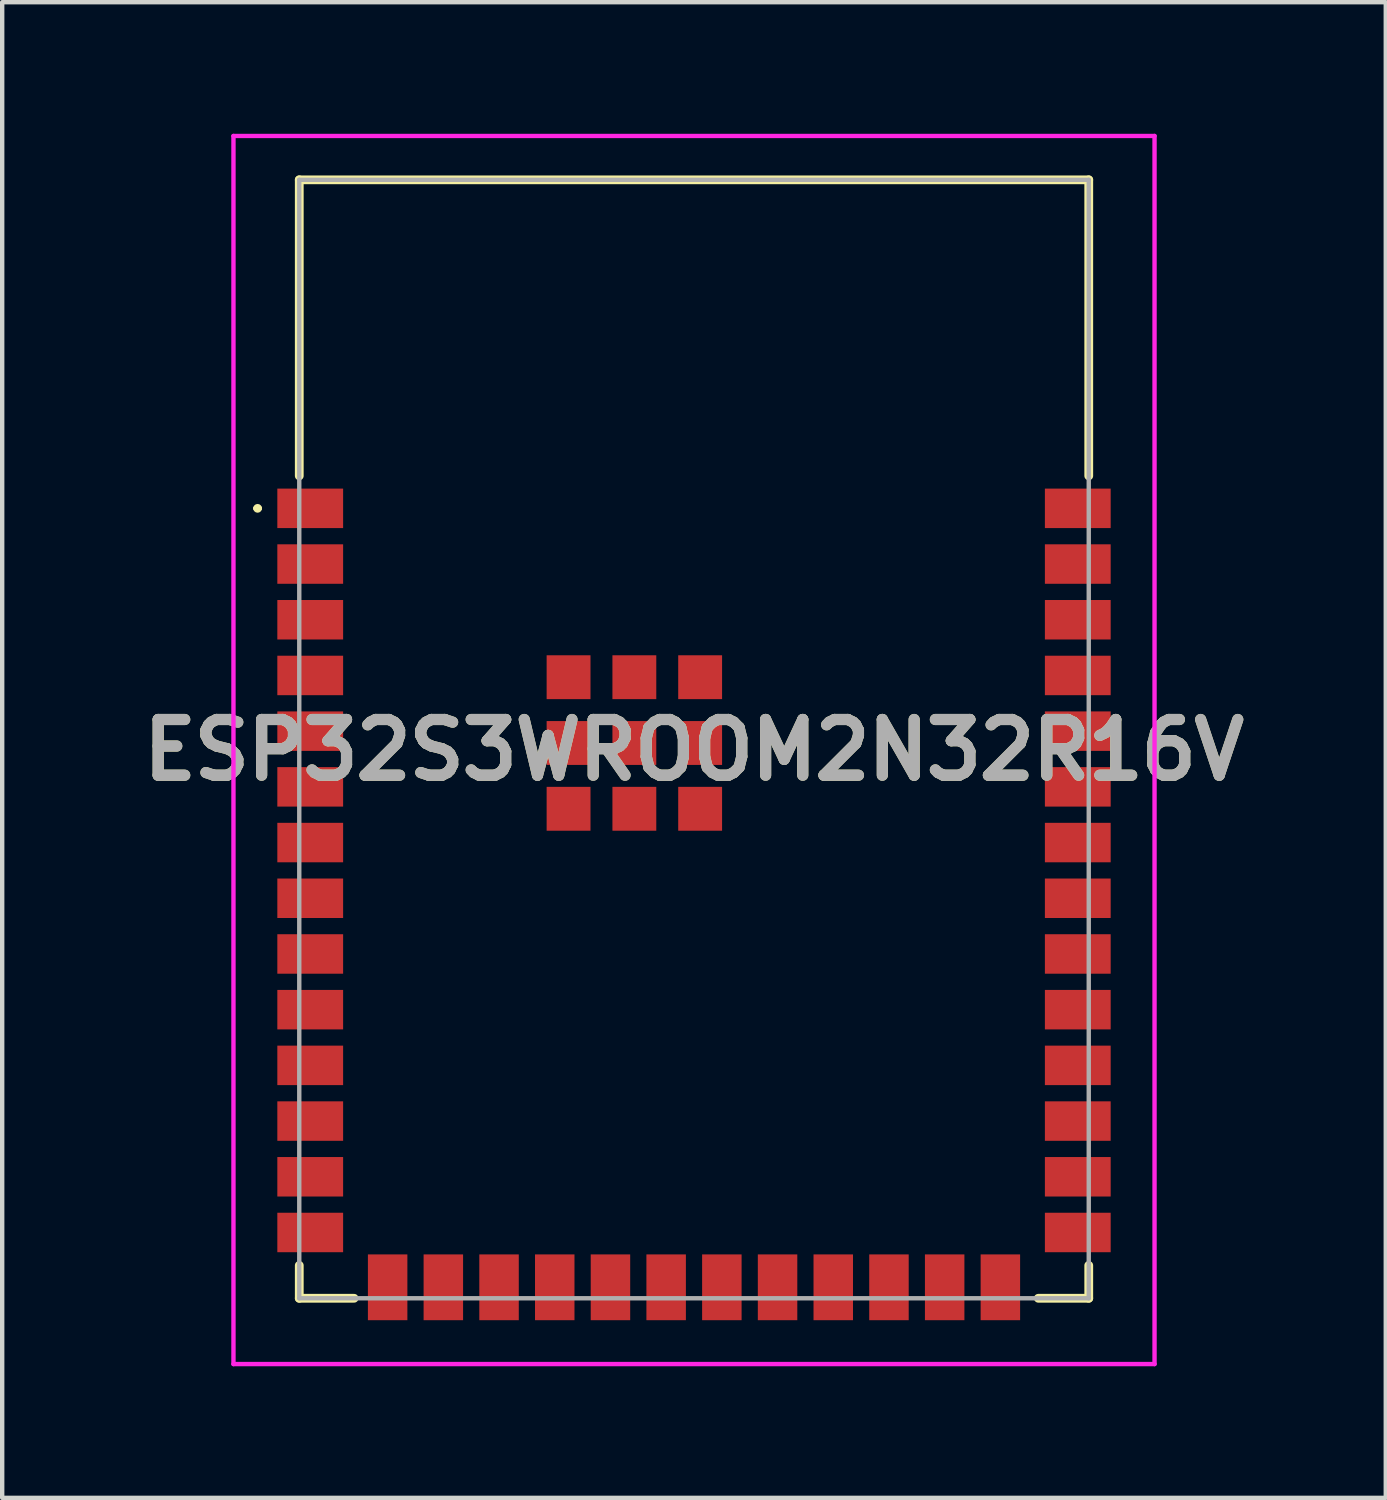
<source format=kicad_pcb>
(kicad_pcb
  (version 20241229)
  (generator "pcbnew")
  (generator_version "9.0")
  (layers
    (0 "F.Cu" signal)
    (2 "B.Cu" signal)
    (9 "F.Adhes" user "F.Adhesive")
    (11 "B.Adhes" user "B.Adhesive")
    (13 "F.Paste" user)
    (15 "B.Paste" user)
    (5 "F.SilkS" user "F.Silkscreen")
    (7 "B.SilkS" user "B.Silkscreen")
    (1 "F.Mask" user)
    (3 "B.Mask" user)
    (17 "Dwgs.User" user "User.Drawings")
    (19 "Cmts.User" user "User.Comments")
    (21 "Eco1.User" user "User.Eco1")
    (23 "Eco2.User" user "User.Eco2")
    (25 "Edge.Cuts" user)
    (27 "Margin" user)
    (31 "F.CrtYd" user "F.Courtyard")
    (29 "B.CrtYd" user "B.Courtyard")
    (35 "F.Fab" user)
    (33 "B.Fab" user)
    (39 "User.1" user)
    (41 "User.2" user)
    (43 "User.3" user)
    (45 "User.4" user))
  (footprint "ESP32S3WROOM2N32R16V"
    (layer "F.Cu")
    (at 12.773 13.8)
    (property "Reference" "ESP32S3WROOM2N32R16V" (at 0 0.25 0) (layer "F.SilkS") (effects (font (size 1.27 1.27) (thickness 0.254))))
    (attr smd)
    (fp_line (start -10 -5.26) (end -10 -5.26) (stroke (width 0.1) (type solid)) (layer "F.SilkS"))
    (fp_line (start -9.9 -5.26) (end -9.9 -5.26) (stroke (width 0.1) (type solid)) (layer "F.SilkS"))
    (fp_line (start -9 -12.75) (end 9 -12.75) (stroke (width 0.2) (type solid)) (layer "F.SilkS"))
    (fp_line (start -9 -6) (end -9 -12.75) (stroke (width 0.2) (type solid)) (layer "F.SilkS"))
    (fp_line (start -9 12) (end -9 12.75) (stroke (width 0.2) (type solid)) (layer "F.SilkS"))
    (fp_line (start -9 12.75) (end -7.75 12.75) (stroke (width 0.2) (type solid)) (layer "F.SilkS"))
    (fp_line (start 7.85 12.75) (end 9 12.75) (stroke (width 0.2) (type solid)) (layer "F.SilkS"))
    (fp_line (start 9 -12.75) (end 9 -6) (stroke (width 0.2) (type solid)) (layer "F.SilkS"))
    (fp_line (start 9 12.75) (end 9 12) (stroke (width 0.2) (type solid)) (layer "F.SilkS"))
    (fp_arc (start -10 -5.26) (mid -9.95 -5.31) (end -9.9 -5.26) (stroke (width 0.1) (type solid)) (layer "F.SilkS"))
    (fp_arc (start -9.9 -5.26) (mid -9.95 -5.21) (end -10 -5.26) (stroke (width 0.1) (type solid)) (layer "F.SilkS"))
    (fp_line (start -10.5 -13.75) (end 10.5 -13.75) (stroke (width 0.1) (type solid)) (layer "F.CrtYd"))
    (fp_line (start -10.5 14.25) (end -10.5 -13.75) (stroke (width 0.1) (type solid)) (layer "F.CrtYd"))
    (fp_line (start 10.5 -13.75) (end 10.5 14.25) (stroke (width 0.1) (type solid)) (layer "F.CrtYd"))
    (fp_line (start 10.5 14.25) (end -10.5 14.25) (stroke (width 0.1) (type solid)) (layer "F.CrtYd"))
    (fp_line (start -9 -12.75) (end 9 -12.75) (stroke (width 0.1) (type solid)) (layer "F.Fab"))
    (fp_line (start -9 12.75) (end -9 -12.75) (stroke (width 0.1) (type solid)) (layer "F.Fab"))
    (fp_line (start 9 -12.75) (end 9 12.75) (stroke (width 0.1) (type solid)) (layer "F.Fab"))
    (fp_line (start 9 12.75) (end -9 12.75) (stroke (width 0.1) (type solid)) (layer "F.Fab"))
    (fp_text user "${REFERENCE}" (at 0 0.25 0) (layer "F.Fab") (effects (font (size 1.27 1.27) (thickness 0.254))))
    (pad "1" smd rect (at -8.75 -5.26 90) (size 0.9 1.5) (layers "F.Cu" "F.Mask" "F.Paste"))
    (pad "2" smd rect (at -8.75 -3.99 90) (size 0.9 1.5) (layers "F.Cu" "F.Mask" "F.Paste"))
    (pad "3" smd rect (at -8.75 -2.72 90) (size 0.9 1.5) (layers "F.Cu" "F.Mask" "F.Paste"))
    (pad "4" smd rect (at -8.75 -1.45 90) (size 0.9 1.5) (layers "F.Cu" "F.Mask" "F.Paste"))
    (pad "5" smd rect (at -8.75 -0.18 90) (size 0.9 1.5) (layers "F.Cu" "F.Mask" "F.Paste"))
    (pad "6" smd rect (at -8.75 1.09 90) (size 0.9 1.5) (layers "F.Cu" "F.Mask" "F.Paste"))
    (pad "7" smd rect (at -8.75 2.36 90) (size 0.9 1.5) (layers "F.Cu" "F.Mask" "F.Paste"))
    (pad "8" smd rect (at -8.75 3.63 90) (size 0.9 1.5) (layers "F.Cu" "F.Mask" "F.Paste"))
    (pad "9" smd rect (at -8.75 4.9 90) (size 0.9 1.5) (layers "F.Cu" "F.Mask" "F.Paste"))
    (pad "10" smd rect (at -8.75 6.17 90) (size 0.9 1.5) (layers "F.Cu" "F.Mask" "F.Paste"))
    (pad "11" smd rect (at -8.75 7.44 90) (size 0.9 1.5) (layers "F.Cu" "F.Mask" "F.Paste"))
    (pad "12" smd rect (at -8.75 8.71 90) (size 0.9 1.5) (layers "F.Cu" "F.Mask" "F.Paste"))
    (pad "13" smd rect (at -8.75 9.98 90) (size 0.9 1.5) (layers "F.Cu" "F.Mask" "F.Paste"))
    (pad "14" smd rect (at -8.75 11.25 90) (size 0.9 1.5) (layers "F.Cu" "F.Mask" "F.Paste"))
    (pad "15" smd rect (at -6.985 12.5) (size 0.9 1.5) (layers "F.Cu" "F.Mask" "F.Paste"))
    (pad "16" smd rect (at -5.715 12.5) (size 0.9 1.5) (layers "F.Cu" "F.Mask" "F.Paste"))
    (pad "17" smd rect (at -4.445 12.5) (size 0.9 1.5) (layers "F.Cu" "F.Mask" "F.Paste"))
    (pad "18" smd rect (at -3.175 12.5) (size 0.9 1.5) (layers "F.Cu" "F.Mask" "F.Paste"))
    (pad "19" smd rect (at -1.905 12.5) (size 0.9 1.5) (layers "F.Cu" "F.Mask" "F.Paste"))
    (pad "20" smd rect (at -0.635 12.5) (size 0.9 1.5) (layers "F.Cu" "F.Mask" "F.Paste"))
    (pad "21" smd rect (at 0.635 12.5) (size 0.9 1.5) (layers "F.Cu" "F.Mask" "F.Paste"))
    (pad "22" smd rect (at 1.905 12.5) (size 0.9 1.5) (layers "F.Cu" "F.Mask" "F.Paste"))
    (pad "23" smd rect (at 3.175 12.5) (size 0.9 1.5) (layers "F.Cu" "F.Mask" "F.Paste"))
    (pad "24" smd rect (at 4.445 12.5) (size 0.9 1.5) (layers "F.Cu" "F.Mask" "F.Paste"))
    (pad "25" smd rect (at 5.715 12.5) (size 0.9 1.5) (layers "F.Cu" "F.Mask" "F.Paste"))
    (pad "26" smd rect (at 6.985 12.5) (size 0.9 1.5) (layers "F.Cu" "F.Mask" "F.Paste"))
    (pad "27" smd rect (at 8.75 11.25 90) (size 0.9 1.5) (layers "F.Cu" "F.Mask" "F.Paste"))
    (pad "28" smd rect (at 8.75 9.98 90) (size 0.9 1.5) (layers "F.Cu" "F.Mask" "F.Paste"))
    (pad "29" smd rect (at 8.75 8.71 90) (size 0.9 1.5) (layers "F.Cu" "F.Mask" "F.Paste"))
    (pad "30" smd rect (at 8.75 7.44 90) (size 0.9 1.5) (layers "F.Cu" "F.Mask" "F.Paste"))
    (pad "31" smd rect (at 8.75 6.17 90) (size 0.9 1.5) (layers "F.Cu" "F.Mask" "F.Paste"))
    (pad "32" smd rect (at 8.75 4.9 90) (size 0.9 1.5) (layers "F.Cu" "F.Mask" "F.Paste"))
    (pad "33" smd rect (at 8.75 3.63 90) (size 0.9 1.5) (layers "F.Cu" "F.Mask" "F.Paste"))
    (pad "34" smd rect (at 8.75 2.36 90) (size 0.9 1.5) (layers "F.Cu" "F.Mask" "F.Paste"))
    (pad "35" smd rect (at 8.75 1.09 90) (size 0.9 1.5) (layers "F.Cu" "F.Mask" "F.Paste"))
    (pad "36" smd rect (at 8.75 -0.18 90) (size 0.9 1.5) (layers "F.Cu" "F.Mask" "F.Paste"))
    (pad "37" smd rect (at 8.75 -1.45 90) (size 0.9 1.5) (layers "F.Cu" "F.Mask" "F.Paste"))
    (pad "38" smd rect (at 8.75 -2.72 90) (size 0.9 1.5) (layers "F.Cu" "F.Mask" "F.Paste"))
    (pad "39" smd rect (at 8.75 -3.99 90) (size 0.9 1.5) (layers "F.Cu" "F.Mask" "F.Paste"))
    (pad "40" smd rect (at 8.75 -5.26 90) (size 0.9 1.5) (layers "F.Cu" "F.Mask" "F.Paste"))
    (pad "41" smd rect (at -1.36 0.09 90) (size 1 1) (layers "F.Cu" "F.Mask" "F.Paste"))
    (pad "42" smd rect (at -2.86 -1.41 90) (size 1 1) (layers "F.Cu" "F.Mask" "F.Paste"))
    (pad "43" smd rect (at -2.86 0.09 90) (size 1 1) (layers "F.Cu" "F.Mask" "F.Paste"))
    (pad "44" smd rect (at -2.86 1.59 90) (size 1 1) (layers "F.Cu" "F.Mask" "F.Paste"))
    (pad "45" smd rect (at -1.36 1.59 90) (size 1 1) (layers "F.Cu" "F.Mask" "F.Paste"))
    (pad "46" smd rect (at 0.14 1.59 90) (size 1 1) (layers "F.Cu" "F.Mask" "F.Paste"))
    (pad "47" smd rect (at 0.14 0.09 90) (size 1 1) (layers "F.Cu" "F.Mask" "F.Paste"))
    (pad "48" smd rect (at 0.14 -1.41 90) (size 1 1) (layers "F.Cu" "F.Mask" "F.Paste"))
    (pad "49" smd rect (at -1.36 -1.41 90) (size 1 1) (layers "F.Cu" "F.Mask" "F.Paste")))
  (gr_rect
    (start -3 -3)
    (end 28.545 31.1)
    (stroke (width 0.1) (type default))
    (fill no)
    (layer "Edge.Cuts")))
</source>
